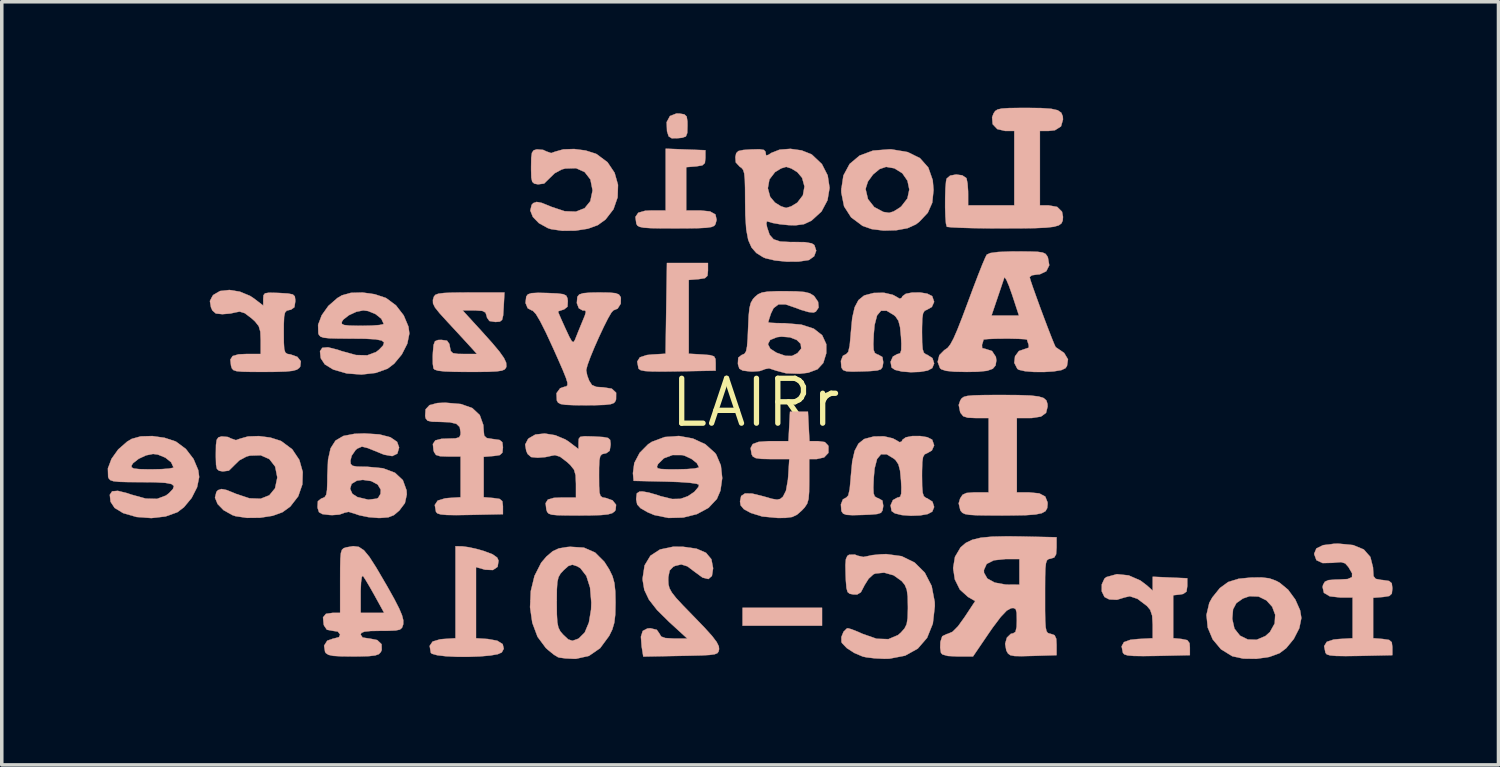
<source format=kicad_pcb>
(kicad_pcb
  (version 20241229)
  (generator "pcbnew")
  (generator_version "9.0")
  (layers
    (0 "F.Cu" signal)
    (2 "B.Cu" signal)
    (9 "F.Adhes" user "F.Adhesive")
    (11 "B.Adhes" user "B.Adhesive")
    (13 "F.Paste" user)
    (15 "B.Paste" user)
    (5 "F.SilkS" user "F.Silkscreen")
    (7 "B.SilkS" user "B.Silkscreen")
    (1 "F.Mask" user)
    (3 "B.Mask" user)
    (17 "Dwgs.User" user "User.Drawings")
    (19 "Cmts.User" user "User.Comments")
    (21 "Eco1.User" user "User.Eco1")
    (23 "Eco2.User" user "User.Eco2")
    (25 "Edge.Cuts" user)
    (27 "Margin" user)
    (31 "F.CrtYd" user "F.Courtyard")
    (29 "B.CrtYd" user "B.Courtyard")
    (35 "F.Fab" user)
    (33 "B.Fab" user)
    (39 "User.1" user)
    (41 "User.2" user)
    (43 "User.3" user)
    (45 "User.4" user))
  (footprint "LAIRr"
    (layer "F.Cu")
    (at 18.337 8.351)
    (property "Reference" "LAIRr" (at 0 0 0) (layer "F.SilkS") (effects (font (size 1.27 1.27) (thickness 0.15))))
    (attr through_hole)
    (fp_poly (pts (xy 1.887 6.314) (xy -0.363 6.314) (xy -0.363 5.806) (xy 1.887 5.806) (xy 1.887 6.314)) (stroke (width 0.01) (type solid)) (fill yes) (layer "B.SilkS"))
    (fp_poly (pts (xy -2.154 -8.187) (xy -2.012 -8.163) (xy -1.945 -8.101) (xy -1.924 -7.959) (xy -1.923 -7.838) (xy -1.929 -7.637) (xy -1.968 -7.538) (xy -2.073 -7.501) (xy -2.189 -7.489) (xy -2.368 -7.486) (xy -2.455 -7.54) (xy -2.501 -7.682) (xy -2.502 -7.684) (xy -2.512 -7.943) (xy -2.419 -8.116) (xy -2.234 -8.188) (xy -2.154 -8.187)) (stroke (width 0.01) (type solid)) (fill yes) (layer "B.SilkS"))
    (fp_poly (pts (xy -1.343 -3.737) (xy -1.357 -3.593) (xy -1.429 -3.526) (xy -1.601 -3.498) (xy -1.615 -3.497) (xy -1.887 -3.475) (xy -1.887 -1.386) (xy -1.506 -1.365) (xy -1.284 -1.347) (xy -1.171 -1.312) (xy -1.13 -1.238) (xy -1.125 -1.125) (xy -1.125 -0.907) (xy -2.197 -0.887) (xy -2.624 -0.881) (xy -2.927 -0.884) (xy -3.126 -0.896) (xy -3.244 -0.919) (xy -3.3 -0.956) (xy -3.31 -0.974) (xy -3.346 -1.163) (xy -3.271 -1.284) (xy -3.074 -1.349) (xy -2.922 -1.364) (xy -2.543 -1.386) (xy -2.524 -2.671) (xy -2.504 -3.955) (xy -1.343 -3.955) (xy -1.343 -3.737)) (stroke (width 0.01) (type solid)) (fill yes) (layer "B.SilkS"))
    (fp_poly (pts (xy -8.291 4.068) (xy -8.11 4.093) (xy -7.859 4.15) (xy -7.693 4.198) (xy -7.442 4.292) (xy -7.31 4.386) (xy -7.272 4.472) (xy -7.299 4.648) (xy -7.432 4.738) (xy -7.65 4.729) (xy -7.68 4.721) (xy -7.91 4.655) (xy -7.91 6.669) (xy -7.573 6.691) (xy -7.309 6.739) (xy -7.155 6.835) (xy -7.124 6.966) (xy -7.18 7.07) (xy -7.291 7.12) (xy -7.507 7.158) (xy -7.795 7.183) (xy -8.123 7.195) (xy -8.456 7.194) (xy -8.761 7.179) (xy -9.007 7.15) (xy -9.158 7.108) (xy -9.189 7.08) (xy -9.222 6.886) (xy -9.139 6.763) (xy -8.929 6.7) (xy -8.835 6.691) (xy -8.491 6.669) (xy -8.491 4.064) (xy -8.291 4.068)) (stroke (width 0.01) (type solid)) (fill yes) (layer "B.SilkS"))
    (fp_poly (pts (xy -1.978 -7.169) (xy -1.415 -7.148) (xy -1.415 -6.931) (xy -1.43 -6.786) (xy -1.502 -6.719) (xy -1.674 -6.691) (xy -1.687 -6.69) (xy -1.959 -6.668) (xy -1.959 -5.443) (xy -1.565 -5.443) (xy -1.284 -5.415) (xy -1.131 -5.329) (xy -1.098 -5.176) (xy -1.131 -5.054) (xy -1.166 -5.007) (xy -1.244 -4.974) (xy -1.386 -4.953) (xy -1.615 -4.941) (xy -1.953 -4.936) (xy -2.253 -4.935) (xy -2.671 -4.936) (xy -2.966 -4.942) (xy -3.162 -4.955) (xy -3.279 -4.979) (xy -3.341 -5.014) (xy -3.37 -5.066) (xy -3.371 -5.07) (xy -3.396 -5.26) (xy -3.316 -5.378) (xy -3.119 -5.434) (xy -2.931 -5.443) (xy -2.54 -5.443) (xy -2.54 -7.191) (xy -1.978 -7.169)) (stroke (width 0.01) (type solid)) (fill yes) (layer "B.SilkS"))
    (fp_poly (pts (xy 10.569 4.89) (xy 10.899 5.034) (xy 11.085 5.174) (xy 11.249 5.323) (xy 11.249 4.928) (xy 11.738 4.95) (xy 12.228 4.971) (xy 12.228 5.189) (xy 12.206 5.348) (xy 12.112 5.415) (xy 12.029 5.43) (xy 11.829 5.452) (xy 11.829 6.667) (xy 12.065 6.69) (xy 12.228 6.723) (xy 12.292 6.808) (xy 12.301 6.931) (xy 12.301 7.148) (xy 11.374 7.169) (xy 10.98 7.174) (xy 10.709 7.17) (xy 10.538 7.155) (xy 10.444 7.125) (xy 10.406 7.082) (xy 10.369 6.898) (xy 10.435 6.779) (xy 10.619 6.713) (xy 10.832 6.691) (xy 11.249 6.669) (xy 11.249 6.286) (xy 11.234 6.03) (xy 11.178 5.865) (xy 11.085 5.755) (xy 10.818 5.553) (xy 10.6 5.48) (xy 10.455 5.513) (xy 10.236 5.58) (xy 10.018 5.57) (xy 9.884 5.501) (xy 9.806 5.34) (xy 9.808 5.144) (xy 9.883 4.981) (xy 9.938 4.937) (xy 10.236 4.855) (xy 10.569 4.89)) (stroke (width 0.01) (type solid)) (fill yes) (layer "B.SilkS"))
    (fp_poly (pts (xy 3.856 -7.172) (xy 4.312 -7.095) (xy 4.659 -6.924) (xy 4.895 -6.659) (xy 5.021 -6.299) (xy 5.044 -6.023) (xy 5.007 -5.662) (xy 4.882 -5.379) (xy 4.646 -5.128) (xy 4.546 -5.049) (xy 4.309 -4.941) (xy 3.987 -4.882) (xy 3.631 -4.873) (xy 3.294 -4.915) (xy 3.036 -5.005) (xy 2.71 -5.248) (xy 2.511 -5.558) (xy 2.433 -5.947) (xy 2.431 -6.023) (xy 2.434 -6.045) (xy 3.121 -6.045) (xy 3.187 -5.764) (xy 3.365 -5.538) (xy 3.622 -5.401) (xy 3.786 -5.375) (xy 3.917 -5.416) (xy 4.089 -5.524) (xy 4.131 -5.558) (xy 4.304 -5.782) (xy 4.358 -6.035) (xy 4.306 -6.284) (xy 4.161 -6.495) (xy 3.935 -6.636) (xy 3.7 -6.677) (xy 3.517 -6.615) (xy 3.331 -6.461) (xy 3.185 -6.26) (xy 3.121 -6.059) (xy 3.121 -6.045) (xy 2.434 -6.045) (xy 2.492 -6.432) (xy 2.668 -6.759) (xy 2.95 -6.996) (xy 3.33 -7.137) (xy 3.799 -7.174) (xy 3.856 -7.172)) (stroke (width 0.01) (type solid)) (fill yes) (layer "B.SilkS"))
    (fp_poly (pts (xy 14.549 4.973) (xy 14.731 5.038) (xy 14.841 5.096) (xy 15.083 5.296) (xy 15.287 5.574) (xy 15.422 5.878) (xy 15.458 6.096) (xy 15.399 6.385) (xy 15.244 6.688) (xy 15.027 6.952) (xy 14.841 7.092) (xy 14.548 7.199) (xy 14.185 7.251) (xy 13.815 7.246) (xy 13.506 7.179) (xy 13.498 7.176) (xy 13.182 6.981) (xy 12.947 6.7) (xy 12.807 6.366) (xy 12.782 6.114) (xy 13.501 6.114) (xy 13.501 6.12) (xy 13.563 6.397) (xy 13.721 6.596) (xy 13.941 6.704) (xy 14.192 6.712) (xy 14.44 6.607) (xy 14.569 6.491) (xy 14.703 6.25) (xy 14.717 6.003) (xy 14.632 5.777) (xy 14.468 5.597) (xy 14.248 5.489) (xy 13.991 5.479) (xy 13.803 5.544) (xy 13.617 5.675) (xy 13.524 5.849) (xy 13.501 6.114) (xy 12.782 6.114) (xy 12.771 6.011) (xy 12.851 5.668) (xy 12.936 5.515) (xy 13.153 5.246) (xy 13.388 5.076) (xy 13.683 4.985) (xy 14.028 4.951) (xy 14.333 4.947) (xy 14.549 4.973)) (stroke (width 0.01) (type solid)) (fill yes) (layer "B.SilkS"))
    (fp_poly (pts (xy 1.509 0.671) (xy 1.531 1.089) (xy 1.777 1.089) (xy 1.966 1.115) (xy 2.059 1.21) (xy 2.069 1.237) (xy 2.067 1.421) (xy 1.946 1.549) (xy 1.733 1.597) (xy 1.524 1.597) (xy 1.524 2.219) (xy 1.521 2.525) (xy 1.505 2.725) (xy 1.466 2.859) (xy 1.395 2.966) (xy 1.312 3.054) (xy 1.177 3.172) (xy 1.042 3.236) (xy 0.853 3.261) (xy 0.641 3.264) (xy 0.194 3.222) (xy -0.127 3.123) (xy -0.326 3.015) (xy -0.417 2.907) (xy -0.435 2.795) (xy -0.403 2.642) (xy -0.294 2.569) (xy -0.092 2.573) (xy 0.22 2.65) (xy 0.226 2.651) (xy 0.468 2.721) (xy 0.613 2.745) (xy 0.703 2.725) (xy 0.78 2.662) (xy 0.867 2.489) (xy 0.921 2.181) (xy 0.93 2.069) (xy 0.96 1.597) (xy 0.449 1.597) (xy 0.174 1.591) (xy 0.011 1.569) (xy -0.073 1.523) (xy -0.106 1.462) (xy -0.135 1.285) (xy -0.075 1.171) (xy 0.09 1.11) (xy 0.377 1.089) (xy 0.44 1.089) (xy 0.936 1.089) (xy 0.958 0.671) (xy 0.98 0.254) (xy 1.488 0.254) (xy 1.509 0.671)) (stroke (width 0.01) (type solid)) (fill yes) (layer "B.SilkS"))
    (fp_poly (pts (xy 7.453 -0.215) (xy 7.789 -0.203) (xy 8.019 -0.176) (xy 8.163 -0.131) (xy 8.24 -0.061) (xy 8.27 0.038) (xy 8.273 0.109) (xy 8.229 0.288) (xy 8.085 0.393) (xy 7.826 0.434) (xy 7.751 0.435) (xy 7.402 0.435) (xy 7.402 2.54) (xy 7.751 2.54) (xy 8.038 2.568) (xy 8.206 2.657) (xy 8.271 2.819) (xy 8.273 2.867) (xy 8.262 2.984) (xy 8.214 3.07) (xy 8.11 3.128) (xy 7.931 3.165) (xy 7.658 3.185) (xy 7.27 3.192) (xy 6.991 3.193) (xy 6.567 3.192) (xy 6.265 3.187) (xy 6.062 3.175) (xy 5.935 3.153) (xy 5.861 3.118) (xy 5.816 3.066) (xy 5.801 3.039) (xy 5.756 2.85) (xy 5.797 2.712) (xy 5.866 2.607) (xy 5.977 2.556) (xy 6.177 2.54) (xy 6.24 2.54) (xy 6.604 2.54) (xy 6.604 0.435) (xy 6.24 0.435) (xy 6.013 0.425) (xy 5.885 0.384) (xy 5.811 0.293) (xy 5.797 0.263) (xy 5.757 0.065) (xy 5.801 -0.063) (xy 5.84 -0.122) (xy 5.899 -0.164) (xy 6 -0.191) (xy 6.168 -0.207) (xy 6.425 -0.215) (xy 6.794 -0.218) (xy 6.991 -0.218) (xy 7.453 -0.215)) (stroke (width 0.01) (type solid)) (fill yes) (layer "B.SilkS"))
    (fp_poly (pts (xy -13.732 0.988) (xy -13.448 1.078) (xy -13.42 1.091) (xy -13.113 1.32) (xy -12.912 1.62) (xy -12.816 1.961) (xy -12.827 2.314) (xy -12.944 2.651) (xy -13.169 2.941) (xy -13.389 3.101) (xy -13.668 3.202) (xy -14.023 3.257) (xy -14.394 3.261) (xy -14.718 3.213) (xy -14.805 3.184) (xy -15.056 3.044) (xy -15.226 2.869) (xy -15.3 2.688) (xy -15.26 2.526) (xy -15.214 2.476) (xy -15.12 2.444) (xy -14.967 2.474) (xy -14.723 2.573) (xy -14.701 2.583) (xy -14.326 2.707) (xy -14.008 2.719) (xy -13.762 2.622) (xy -13.6 2.424) (xy -13.538 2.13) (xy -13.538 2.105) (xy -13.597 1.808) (xy -13.76 1.598) (xy -14.005 1.489) (xy -14.309 1.498) (xy -14.407 1.524) (xy -14.611 1.633) (xy -14.766 1.784) (xy -14.767 1.786) (xy -14.908 1.924) (xy -15.081 1.946) (xy -15.186 1.926) (xy -15.245 1.874) (xy -15.27 1.756) (xy -15.276 1.536) (xy -15.276 1.451) (xy -15.272 1.196) (xy -15.252 1.052) (xy -15.204 0.983) (xy -15.117 0.957) (xy -15.109 0.956) (xy -14.934 0.971) (xy -14.842 1.015) (xy -14.708 1.061) (xy -14.596 1.021) (xy -14.364 0.956) (xy -14.056 0.946) (xy -13.732 0.988)) (stroke (width 0.01) (type solid)) (fill yes) (layer "B.SilkS"))
    (fp_poly (pts (xy -4.806 -7.14) (xy -4.522 -7.05) (xy -4.494 -7.037) (xy -4.187 -6.808) (xy -3.986 -6.508) (xy -3.89 -6.167) (xy -3.901 -5.814) (xy -4.018 -5.477) (xy -4.242 -5.187) (xy -4.463 -5.027) (xy -4.742 -4.926) (xy -5.097 -4.871) (xy -5.468 -4.867) (xy -5.791 -4.915) (xy -5.878 -4.944) (xy -6.13 -5.084) (xy -6.3 -5.259) (xy -6.373 -5.44) (xy -6.334 -5.602) (xy -6.287 -5.652) (xy -6.194 -5.684) (xy -6.041 -5.654) (xy -5.797 -5.555) (xy -5.775 -5.545) (xy -5.4 -5.421) (xy -5.082 -5.409) (xy -4.835 -5.506) (xy -4.674 -5.704) (xy -4.612 -5.998) (xy -4.612 -6.023) (xy -4.671 -6.32) (xy -4.834 -6.53) (xy -5.078 -6.639) (xy -5.383 -6.63) (xy -5.481 -6.604) (xy -5.684 -6.495) (xy -5.839 -6.344) (xy -5.841 -6.342) (xy -5.982 -6.204) (xy -6.155 -6.182) (xy -6.26 -6.202) (xy -6.318 -6.254) (xy -6.344 -6.372) (xy -6.35 -6.592) (xy -6.35 -6.677) (xy -6.346 -6.932) (xy -6.326 -7.076) (xy -6.278 -7.145) (xy -6.191 -7.171) (xy -6.183 -7.172) (xy -6.008 -7.157) (xy -5.915 -7.113) (xy -5.782 -7.067) (xy -5.67 -7.107) (xy -5.438 -7.172) (xy -5.13 -7.182) (xy -4.806 -7.14)) (stroke (width 0.01) (type solid)) (fill yes) (layer "B.SilkS"))
    (fp_poly (pts (xy -2.058 4.078) (xy -1.665 4.134) (xy -1.398 4.25) (xy -1.246 4.432) (xy -1.197 4.688) (xy -1.231 4.905) (xy -1.33 4.993) (xy -1.495 4.952) (xy -1.71 4.795) (xy -1.925 4.633) (xy -2.099 4.579) (xy -2.275 4.621) (xy -2.327 4.647) (xy -2.427 4.75) (xy -2.465 4.939) (xy -2.467 5.021) (xy -2.461 5.144) (xy -2.432 5.255) (xy -2.365 5.376) (xy -2.244 5.53) (xy -2.052 5.737) (xy -1.775 6.022) (xy -1.736 6.062) (xy -1.433 6.376) (xy -1.224 6.608) (xy -1.096 6.777) (xy -1.036 6.897) (xy -1.028 6.977) (xy -1.042 7.044) (xy -1.076 7.091) (xy -1.152 7.122) (xy -1.294 7.142) (xy -1.523 7.155) (xy -1.862 7.163) (xy -2.113 7.168) (xy -3.174 7.188) (xy -3.22 6.902) (xy -3.241 6.627) (xy -3.19 6.463) (xy -3.058 6.393) (xy -2.973 6.386) (xy -2.792 6.43) (xy -2.721 6.531) (xy -2.668 6.62) (xy -2.555 6.663) (xy -2.343 6.676) (xy -2.302 6.677) (xy -1.929 6.677) (xy -2.442 6.208) (xy -2.785 5.869) (xy -3.014 5.575) (xy -3.145 5.3) (xy -3.192 5.02) (xy -3.193 4.975) (xy -3.137 4.607) (xy -2.972 4.333) (xy -2.7 4.156) (xy -2.324 4.077) (xy -2.058 4.078)) (stroke (width 0.01) (type solid)) (fill yes) (layer "B.SilkS"))
    (fp_poly (pts (xy 8.09 -8.341) (xy 8.375 -8.321) (xy 8.558 -8.28) (xy 8.66 -8.21) (xy 8.703 -8.106) (xy 8.709 -8.019) (xy 8.652 -7.822) (xy 8.481 -7.714) (xy 8.295 -7.693) (xy 8.055 -7.693) (xy 8.055 -5.588) (xy 8.295 -5.588) (xy 8.545 -5.543) (xy 8.681 -5.408) (xy 8.709 -5.261) (xy 8.701 -5.158) (xy 8.667 -5.079) (xy 8.589 -5.021) (xy 8.45 -4.981) (xy 8.233 -4.956) (xy 7.921 -4.942) (xy 7.497 -4.936) (xy 7.001 -4.935) (xy 6.543 -4.937) (xy 6.135 -4.943) (xy 5.799 -4.953) (xy 5.557 -4.965) (xy 5.431 -4.978) (xy 5.419 -4.983) (xy 5.395 -5.076) (xy 5.38 -5.272) (xy 5.372 -5.531) (xy 5.373 -5.81) (xy 5.381 -6.069) (xy 5.398 -6.265) (xy 5.414 -6.344) (xy 5.514 -6.429) (xy 5.683 -6.46) (xy 5.857 -6.437) (xy 5.972 -6.36) (xy 5.979 -6.344) (xy 6.007 -6.203) (xy 6.022 -5.987) (xy 6.023 -5.909) (xy 6.023 -5.588) (xy 7.33 -5.588) (xy 7.33 -7.693) (xy 7.074 -7.693) (xy 6.849 -7.746) (xy 6.718 -7.885) (xy 6.702 -8.08) (xy 6.744 -8.191) (xy 6.789 -8.257) (xy 6.858 -8.301) (xy 6.978 -8.328) (xy 7.176 -8.341) (xy 7.479 -8.345) (xy 7.681 -8.346) (xy 8.09 -8.341)) (stroke (width 0.01) (type solid)) (fill yes) (layer "B.SilkS"))
    (fp_poly (pts (xy -8.339 0.038) (xy -8.014 0.153) (xy -7.804 0.35) (xy -7.703 0.632) (xy -7.693 0.79) (xy -7.678 0.934) (xy -7.606 1.001) (xy -7.433 1.029) (xy -7.42 1.03) (xy -7.241 1.056) (xy -7.165 1.12) (xy -7.148 1.259) (xy -7.148 1.27) (xy -7.163 1.414) (xy -7.235 1.482) (xy -7.407 1.509) (xy -7.42 1.51) (xy -7.693 1.533) (xy -7.693 2.676) (xy -7.42 2.699) (xy -7.241 2.725) (xy -7.165 2.789) (xy -7.148 2.928) (xy -7.148 2.939) (xy -7.148 3.157) (xy -8.075 3.177) (xy -8.469 3.183) (xy -8.74 3.179) (xy -8.911 3.163) (xy -9.005 3.133) (xy -9.043 3.091) (xy -9.077 2.896) (xy -8.995 2.772) (xy -8.787 2.709) (xy -8.69 2.699) (xy -8.346 2.677) (xy -8.346 1.524) (xy -8.707 1.524) (xy -8.926 1.516) (xy -9.043 1.48) (xy -9.098 1.397) (xy -9.113 1.347) (xy -9.131 1.171) (xy -9.062 1.068) (xy -8.885 1.023) (xy -8.704 1.016) (xy -8.49 1.01) (xy -8.384 0.979) (xy -8.349 0.905) (xy -8.346 0.839) (xy -8.372 0.689) (xy -8.467 0.598) (xy -8.657 0.554) (xy -8.926 0.544) (xy -9.157 0.538) (xy -9.281 0.51) (xy -9.334 0.446) (xy -9.349 0.377) (xy -9.337 0.188) (xy -9.226 0.069) (xy -9.001 0.01) (xy -8.783 0) (xy -8.339 0.038)) (stroke (width 0.01) (type solid)) (fill yes) (layer "B.SilkS"))
    (fp_poly (pts (xy -4.855 4.104) (xy -4.539 4.242) (xy -4.275 4.506) (xy -4.139 4.72) (xy -4.046 4.912) (xy -3.992 5.106) (xy -3.966 5.349) (xy -3.96 5.661) (xy -3.967 5.994) (xy -3.995 6.231) (xy -4.052 6.423) (xy -4.139 6.601) (xy -4.397 6.951) (xy -4.712 7.168) (xy -5.08 7.251) (xy -5.145 7.251) (xy -5.372 7.24) (xy -5.547 7.217) (xy -5.588 7.206) (xy -5.706 7.134) (xy -5.871 7) (xy -5.935 6.942) (xy -6.168 6.628) (xy -6.316 6.232) (xy -6.38 5.789) (xy -6.373 5.656) (xy -5.624 5.656) (xy -5.621 5.992) (xy -5.608 6.216) (xy -5.578 6.364) (xy -5.525 6.471) (xy -5.448 6.562) (xy -5.299 6.702) (xy -5.18 6.741) (xy -5.036 6.691) (xy -4.997 6.671) (xy -4.831 6.505) (xy -4.714 6.225) (xy -4.652 5.855) (xy -4.645 5.661) (xy -4.681 5.234) (xy -4.786 4.904) (xy -4.954 4.686) (xy -5.043 4.632) (xy -5.181 4.587) (xy -5.293 4.622) (xy -5.428 4.742) (xy -5.518 4.84) (xy -5.575 4.941) (xy -5.607 5.078) (xy -5.621 5.287) (xy -5.624 5.601) (xy -5.624 5.656) (xy -6.373 5.656) (xy -6.359 5.335) (xy -6.254 4.904) (xy -6.065 4.532) (xy -5.917 4.357) (xy -5.74 4.207) (xy -5.566 4.126) (xy -5.329 4.087) (xy -5.244 4.08) (xy -4.855 4.104)) (stroke (width 0.01) (type solid)) (fill yes) (layer "B.SilkS"))
    (fp_poly (pts (xy 16.925 4.032) (xy 17.225 4.156) (xy 17.411 4.367) (xy 17.487 4.667) (xy 17.49 4.744) (xy 17.501 4.912) (xy 17.563 4.988) (xy 17.72 5.018) (xy 17.762 5.021) (xy 17.941 5.048) (xy 18.017 5.112) (xy 18.034 5.251) (xy 18.034 5.261) (xy 18.019 5.406) (xy 17.947 5.473) (xy 17.775 5.501) (xy 17.762 5.502) (xy 17.49 5.524) (xy 17.49 6.668) (xy 17.762 6.69) (xy 17.941 6.717) (xy 18.017 6.781) (xy 18.034 6.92) (xy 18.034 6.931) (xy 18.034 7.148) (xy 17.107 7.169) (xy 16.713 7.174) (xy 16.442 7.17) (xy 16.271 7.155) (xy 16.177 7.125) (xy 16.14 7.082) (xy 16.103 6.893) (xy 16.177 6.771) (xy 16.373 6.706) (xy 16.529 6.691) (xy 16.909 6.669) (xy 16.909 5.515) (xy 16.555 5.515) (xy 16.262 5.482) (xy 16.096 5.383) (xy 16.059 5.22) (xy 16.073 5.156) (xy 16.124 5.068) (xy 16.228 5.023) (xy 16.426 5.008) (xy 16.515 5.007) (xy 16.768 4.993) (xy 16.891 4.939) (xy 16.894 4.831) (xy 16.791 4.654) (xy 16.699 4.55) (xy 16.582 4.514) (xy 16.388 4.529) (xy 16.351 4.534) (xy 16.061 4.541) (xy 15.884 4.459) (xy 15.821 4.287) (xy 15.821 4.275) (xy 15.883 4.127) (xy 16.073 4.034) (xy 16.393 3.993) (xy 16.509 3.991) (xy 16.925 4.032)) (stroke (width 0.01) (type solid)) (fill yes) (layer "B.SilkS"))
    (fp_poly (pts (xy -1.771 1.014) (xy -1.416 1.178) (xy -1.141 1.425) (xy -1.107 1.473) (xy -0.978 1.776) (xy -0.939 2.135) (xy -0.99 2.491) (xy -1.091 2.726) (xy -1.327 2.977) (xy -1.656 3.155) (xy -2.045 3.252) (xy -2.459 3.263) (xy -2.863 3.181) (xy -3.051 3.102) (xy -3.25 2.988) (xy -3.346 2.883) (xy -3.374 2.748) (xy -3.375 2.721) (xy -3.357 2.568) (xy -3.278 2.515) (xy -3.193 2.514) (xy -3.014 2.546) (xy -2.779 2.614) (xy -2.687 2.646) (xy -2.357 2.727) (xy -2.121 2.722) (xy -1.912 2.648) (xy -1.728 2.524) (xy -1.613 2.387) (xy -1.597 2.324) (xy -1.665 2.295) (xy -1.857 2.268) (xy -2.148 2.247) (xy -2.516 2.234) (xy -2.522 2.234) (xy -3.447 2.213) (xy -3.467 1.996) (xy -3.442 1.81) (xy -2.787 1.81) (xy -2.771 1.854) (xy -2.682 1.877) (xy -2.496 1.886) (xy -2.216 1.887) (xy -1.937 1.88) (xy -1.723 1.863) (xy -1.608 1.837) (xy -1.597 1.826) (xy -1.658 1.711) (xy -1.81 1.591) (xy -2.005 1.501) (xy -2.073 1.483) (xy -2.345 1.482) (xy -2.59 1.573) (xy -2.753 1.734) (xy -2.756 1.738) (xy -2.787 1.81) (xy -3.442 1.81) (xy -3.428 1.707) (xy -3.276 1.419) (xy -3.037 1.178) (xy -2.932 1.108) (xy -2.567 0.972) (xy -2.167 0.943) (xy -1.771 1.014)) (stroke (width 0.01) (type solid)) (fill yes) (layer "B.SilkS"))
    (fp_poly (pts (xy -7.127 -2.703) (xy -7.142 -2.469) (xy -7.172 -2.344) (xy -7.235 -2.295) (xy -7.353 -2.286) (xy -7.366 -2.286) (xy -7.53 -2.312) (xy -7.599 -2.409) (xy -7.607 -2.449) (xy -7.641 -2.551) (xy -7.731 -2.599) (xy -7.919 -2.612) (xy -7.959 -2.613) (xy -8.289 -2.613) (xy -7.755 -2.029) (xy -7.456 -1.696) (xy -7.248 -1.448) (xy -7.119 -1.266) (xy -7.057 -1.133) (xy -7.05 -1.03) (xy -7.061 -0.991) (xy -7.098 -0.942) (xy -7.178 -0.908) (xy -7.324 -0.887) (xy -7.561 -0.875) (xy -7.91 -0.871) (xy -8.092 -0.871) (xy -8.508 -0.874) (xy -8.799 -0.885) (xy -8.985 -0.906) (xy -9.084 -0.938) (xy -9.114 -0.971) (xy -9.133 -1.099) (xy -9.135 -1.31) (xy -9.13 -1.424) (xy -9.111 -1.636) (xy -9.071 -1.74) (xy -8.986 -1.775) (xy -8.89 -1.778) (xy -8.731 -1.756) (xy -8.664 -1.662) (xy -8.649 -1.578) (xy -8.625 -1.461) (xy -8.562 -1.402) (xy -8.42 -1.381) (xy -8.255 -1.379) (xy -7.883 -1.379) (xy -8.096 -1.614) (xy -8.25 -1.782) (xy -8.461 -2.011) (xy -8.689 -2.257) (xy -8.727 -2.298) (xy -8.941 -2.533) (xy -9.07 -2.694) (xy -9.127 -2.81) (xy -9.13 -2.911) (xy -9.1 -3.006) (xy -9.061 -3.053) (xy -8.974 -3.086) (xy -8.814 -3.106) (xy -8.559 -3.117) (xy -8.187 -3.12) (xy -8.08 -3.121) (xy -7.105 -3.121) (xy -7.127 -2.703)) (stroke (width 0.01) (type solid)) (fill yes) (layer "B.SilkS"))
    (fp_poly (pts (xy 4.14 4.346) (xy 4.508 4.526) (xy 4.796 4.812) (xy 4.99 5.189) (xy 5.077 5.643) (xy 5.08 5.758) (xy 5.024 6.254) (xy 4.861 6.658) (xy 4.597 6.963) (xy 4.239 7.162) (xy 3.793 7.248) (xy 3.65 7.251) (xy 3.382 7.238) (xy 3.146 7.21) (xy 3.042 7.188) (xy 2.801 7.086) (xy 2.588 6.948) (xy 2.453 6.807) (xy 2.437 6.776) (xy 2.435 6.634) (xy 2.496 6.484) (xy 2.59 6.392) (xy 2.619 6.386) (xy 2.723 6.415) (xy 2.907 6.488) (xy 3.034 6.545) (xy 3.433 6.684) (xy 3.766 6.695) (xy 4.037 6.58) (xy 4.118 6.51) (xy 4.223 6.392) (xy 4.283 6.27) (xy 4.31 6.099) (xy 4.318 5.836) (xy 4.318 5.774) (xy 4.312 5.482) (xy 4.286 5.293) (xy 4.231 5.16) (xy 4.143 5.051) (xy 3.914 4.887) (xy 3.646 4.812) (xy 3.395 4.837) (xy 3.34 4.861) (xy 3.205 4.985) (xy 3.087 5.173) (xy 3.075 5.199) (xy 2.986 5.368) (xy 2.883 5.43) (xy 2.773 5.429) (xy 2.671 5.41) (xy 2.611 5.361) (xy 2.579 5.249) (xy 2.562 5.042) (xy 2.555 4.879) (xy 2.549 4.597) (xy 2.563 4.428) (xy 2.603 4.339) (xy 2.655 4.305) (xy 2.817 4.301) (xy 2.894 4.332) (xy 3.055 4.368) (xy 3.157 4.349) (xy 3.31 4.316) (xy 3.545 4.293) (xy 3.705 4.287) (xy 4.14 4.346)) (stroke (width 0.01) (type solid)) (fill yes) (layer "B.SilkS"))
    (fp_poly (pts (xy -16.728 0.994) (xy -16.419 1.096) (xy -16.398 1.107) (xy -16.126 1.309) (xy -15.908 1.593) (xy -15.774 1.91) (xy -15.748 2.105) (xy -15.807 2.394) (xy -15.961 2.697) (xy -16.179 2.96) (xy -16.365 3.101) (xy -16.7 3.221) (xy -17.104 3.267) (xy -17.52 3.236) (xy -17.892 3.129) (xy -17.904 3.124) (xy -18.142 2.979) (xy -18.254 2.809) (xy -18.258 2.793) (xy -18.278 2.607) (xy -18.213 2.51) (xy -18.051 2.496) (xy -17.781 2.564) (xy -17.664 2.604) (xy -17.26 2.715) (xy -16.94 2.723) (xy -16.688 2.628) (xy -16.605 2.564) (xy -16.492 2.446) (xy -16.463 2.361) (xy -16.53 2.304) (xy -16.706 2.27) (xy -17.004 2.253) (xy -17.376 2.25) (xy -17.753 2.248) (xy -18.009 2.241) (xy -18.171 2.224) (xy -18.262 2.194) (xy -18.307 2.146) (xy -18.325 2.103) (xy -18.332 1.861) (xy -18.32 1.83) (xy -17.662 1.83) (xy -17.598 1.864) (xy -17.445 1.881) (xy -17.178 1.887) (xy -17.088 1.887) (xy -16.81 1.881) (xy -16.598 1.865) (xy -16.485 1.842) (xy -16.475 1.832) (xy -16.542 1.687) (xy -16.705 1.556) (xy -16.917 1.469) (xy -17.053 1.451) (xy -17.253 1.491) (xy -17.462 1.589) (xy -17.619 1.712) (xy -17.66 1.775) (xy -17.662 1.83) (xy -18.32 1.83) (xy -18.23 1.59) (xy -18.041 1.325) (xy -17.787 1.102) (xy -17.658 1.025) (xy -17.403 0.954) (xy -17.074 0.945) (xy -16.728 0.994)) (stroke (width 0.01) (type solid)) (fill yes) (layer "B.SilkS"))
    (fp_poly (pts (xy -10.777 -3.07) (xy -10.469 -2.968) (xy -10.448 -2.957) (xy -10.176 -2.755) (xy -9.957 -2.471) (xy -9.823 -2.154) (xy -9.797 -1.959) (xy -9.856 -1.67) (xy -10.01 -1.367) (xy -10.228 -1.104) (xy -10.414 -0.963) (xy -10.749 -0.843) (xy -11.153 -0.797) (xy -11.569 -0.828) (xy -11.941 -0.935) (xy -11.954 -0.94) (xy -12.191 -1.085) (xy -12.303 -1.255) (xy -12.307 -1.271) (xy -12.327 -1.457) (xy -12.262 -1.554) (xy -12.1 -1.568) (xy -11.83 -1.5) (xy -11.714 -1.46) (xy -11.309 -1.349) (xy -10.989 -1.341) (xy -10.737 -1.436) (xy -10.655 -1.5) (xy -10.542 -1.618) (xy -10.512 -1.703) (xy -10.58 -1.76) (xy -10.755 -1.794) (xy -11.053 -1.811) (xy -11.425 -1.814) (xy -11.802 -1.816) (xy -12.059 -1.823) (xy -12.22 -1.84) (xy -12.311 -1.87) (xy -12.356 -1.918) (xy -12.374 -1.961) (xy -12.381 -2.203) (xy -12.369 -2.234) (xy -11.711 -2.234) (xy -11.647 -2.2) (xy -11.494 -2.183) (xy -11.227 -2.177) (xy -11.137 -2.177) (xy -10.859 -2.183) (xy -10.647 -2.199) (xy -10.534 -2.222) (xy -10.524 -2.232) (xy -10.591 -2.377) (xy -10.754 -2.508) (xy -10.966 -2.595) (xy -11.102 -2.613) (xy -11.303 -2.573) (xy -11.511 -2.475) (xy -11.668 -2.352) (xy -11.709 -2.289) (xy -11.711 -2.234) (xy -12.369 -2.234) (xy -12.279 -2.474) (xy -12.091 -2.739) (xy -11.836 -2.962) (xy -11.707 -3.039) (xy -11.452 -3.11) (xy -11.123 -3.119) (xy -10.777 -3.07)) (stroke (width 0.01) (type solid)) (fill yes) (layer "B.SilkS"))
    (fp_poly (pts (xy -14.595 -3.143) (xy -14.306 -3.023) (xy -14.193 -2.948) (xy -13.934 -2.75) (xy -13.934 -2.939) (xy -13.927 -3.041) (xy -13.884 -3.096) (xy -13.771 -3.114) (xy -13.556 -3.109) (xy -13.48 -3.106) (xy -13.233 -3.091) (xy -13.097 -3.065) (xy -13.04 -3.011) (xy -13.027 -2.909) (xy -13.027 -2.867) (xy -13.052 -2.702) (xy -13.149 -2.633) (xy -13.19 -2.626) (xy -13.27 -2.605) (xy -13.318 -2.551) (xy -13.343 -2.434) (xy -13.352 -2.224) (xy -13.353 -1.995) (xy -13.351 -1.699) (xy -13.34 -1.518) (xy -13.31 -1.422) (xy -13.252 -1.381) (xy -13.161 -1.366) (xy -12.969 -1.298) (xy -12.87 -1.173) (xy -12.886 -1.025) (xy -12.913 -0.986) (xy -12.98 -0.936) (xy -13.101 -0.902) (xy -13.299 -0.882) (xy -13.599 -0.873) (xy -13.905 -0.871) (xy -14.279 -0.872) (xy -14.532 -0.878) (xy -14.69 -0.893) (xy -14.779 -0.923) (xy -14.822 -0.972) (xy -14.845 -1.044) (xy -14.846 -1.048) (xy -14.865 -1.22) (xy -14.801 -1.321) (xy -14.633 -1.369) (xy -14.401 -1.379) (xy -14.006 -1.379) (xy -14.006 -1.77) (xy -14.016 -2.01) (xy -14.062 -2.167) (xy -14.169 -2.302) (xy -14.266 -2.39) (xy -14.456 -2.534) (xy -14.6 -2.579) (xy -14.684 -2.564) (xy -14.868 -2.524) (xy -15.091 -2.506) (xy -15.092 -2.506) (xy -15.276 -2.525) (xy -15.374 -2.611) (xy -15.414 -2.701) (xy -15.444 -2.878) (xy -15.368 -3.026) (xy -15.344 -3.053) (xy -15.156 -3.162) (xy -14.892 -3.191) (xy -14.595 -3.143)) (stroke (width 0.01) (type solid)) (fill yes) (layer "B.SilkS"))
    (fp_poly (pts (xy -5.668 0.921) (xy -5.38 1.041) (xy -5.267 1.116) (xy -5.007 1.314) (xy -5.007 1.125) (xy -5.001 1.023) (xy -4.958 0.968) (xy -4.845 0.95) (xy -4.63 0.955) (xy -4.554 0.958) (xy -4.307 0.973) (xy -4.171 0.999) (xy -4.113 1.053) (xy -4.1 1.155) (xy -4.1 1.197) (xy -4.126 1.362) (xy -4.223 1.431) (xy -4.264 1.438) (xy -4.343 1.459) (xy -4.392 1.513) (xy -4.417 1.63) (xy -4.426 1.84) (xy -4.427 2.069) (xy -4.425 2.365) (xy -4.414 2.546) (xy -4.384 2.642) (xy -4.326 2.683) (xy -4.235 2.698) (xy -4.043 2.766) (xy -3.944 2.891) (xy -3.959 3.039) (xy -3.986 3.078) (xy -4.054 3.128) (xy -4.174 3.162) (xy -4.372 3.182) (xy -4.673 3.191) (xy -4.979 3.193) (xy -5.352 3.192) (xy -5.606 3.186) (xy -5.764 3.171) (xy -5.852 3.141) (xy -5.896 3.092) (xy -5.919 3.02) (xy -5.92 3.016) (xy -5.939 2.844) (xy -5.875 2.743) (xy -5.707 2.695) (xy -5.475 2.685) (xy -5.08 2.685) (xy -5.08 2.294) (xy -5.09 2.054) (xy -5.135 1.897) (xy -5.243 1.762) (xy -5.34 1.674) (xy -5.53 1.53) (xy -5.674 1.485) (xy -5.757 1.5) (xy -5.941 1.54) (xy -6.164 1.558) (xy -6.166 1.558) (xy -6.35 1.539) (xy -6.448 1.453) (xy -6.488 1.363) (xy -6.518 1.186) (xy -6.442 1.038) (xy -6.418 1.011) (xy -6.23 0.902) (xy -5.966 0.873) (xy -5.668 0.921)) (stroke (width 0.01) (type solid)) (fill yes) (layer "B.SilkS"))
    (fp_poly (pts (xy -10.644 0.898) (xy -10.334 0.979) (xy -10.145 1.108) (xy -10.087 1.269) (xy -10.138 1.443) (xy -10.282 1.512) (xy -10.511 1.472) (xy -10.552 1.456) (xy -10.779 1.364) (xy -10.973 1.285) (xy -11.139 1.243) (xy -11.272 1.3) (xy -11.318 1.339) (xy -11.43 1.501) (xy -11.466 1.644) (xy -11.457 1.735) (xy -11.406 1.786) (xy -11.281 1.809) (xy -11.05 1.814) (xy -10.991 1.814) (xy -10.542 1.857) (xy -10.204 1.984) (xy -9.981 2.193) (xy -9.877 2.48) (xy -9.87 2.598) (xy -9.923 2.843) (xy -10.082 3.054) (xy -10.234 3.183) (xy -10.391 3.245) (xy -10.616 3.263) (xy -10.681 3.263) (xy -10.957 3.24) (xy -11.218 3.186) (xy -11.313 3.153) (xy -11.516 3.09) (xy -11.642 3.117) (xy -11.652 3.124) (xy -11.779 3.168) (xy -11.983 3.183) (xy -12.06 3.179) (xy -12.258 3.155) (xy -12.355 3.101) (xy -12.392 2.989) (xy -12.397 2.952) (xy -12.387 2.79) (xy -12.292 2.714) (xy -12.27 2.708) (xy -12.196 2.675) (xy -12.151 2.606) (xy -12.128 2.469) (xy -12.127 2.437) (xy -11.475 2.437) (xy -11.41 2.581) (xy -11.267 2.673) (xy -10.958 2.746) (xy -10.723 2.717) (xy -10.68 2.694) (xy -10.613 2.581) (xy -10.607 2.462) (xy -10.694 2.317) (xy -10.878 2.219) (xy -11.115 2.185) (xy -11.28 2.206) (xy -11.432 2.297) (xy -11.475 2.437) (xy -12.127 2.437) (xy -12.12 2.234) (xy -12.119 2.063) (xy -12.099 1.616) (xy -12.027 1.292) (xy -11.888 1.073) (xy -11.666 0.942) (xy -11.347 0.881) (xy -11.068 0.871) (xy -10.644 0.898)) (stroke (width 0.01) (type solid)) (fill yes) (layer "B.SilkS"))
    (fp_poly (pts (xy -11.228 4.083) (xy -11.084 4.178) (xy -10.93 4.364) (xy -10.742 4.657) (xy -10.685 4.753) (xy -10.418 5.21) (xy -10.222 5.561) (xy -10.087 5.825) (xy -10.005 6.019) (xy -9.969 6.16) (xy -9.97 6.267) (xy -9.974 6.286) (xy -10.005 6.372) (xy -10.065 6.424) (xy -10.186 6.449) (xy -10.401 6.458) (xy -10.597 6.459) (xy -10.894 6.464) (xy -11.073 6.483) (xy -11.158 6.52) (xy -11.176 6.568) (xy -11.12 6.649) (xy -10.943 6.676) (xy -10.925 6.677) (xy -10.706 6.721) (xy -10.584 6.838) (xy -10.58 7.003) (xy -10.605 7.059) (xy -10.659 7.118) (xy -10.762 7.155) (xy -10.94 7.176) (xy -11.222 7.184) (xy -11.395 7.185) (xy -11.732 7.181) (xy -11.953 7.168) (xy -12.086 7.139) (xy -12.159 7.092) (xy -12.183 7.056) (xy -12.211 6.88) (xy -12.123 6.739) (xy -11.948 6.677) (xy -11.934 6.677) (xy -11.791 6.638) (xy -11.757 6.568) (xy -11.821 6.481) (xy -11.966 6.459) (xy -12.132 6.428) (xy -12.213 6.309) (xy -12.223 6.274) (xy -12.241 6.078) (xy -12.158 5.978) (xy -11.97 5.951) (xy -11.757 5.951) (xy -11.757 5.392) (xy -11.176 5.392) (xy -11.176 5.951) (xy -10.51 5.951) (xy -10.78 5.461) (xy -10.918 5.217) (xy -11.034 5.021) (xy -11.107 4.91) (xy -11.113 4.902) (xy -11.144 4.934) (xy -11.165 5.085) (xy -11.176 5.331) (xy -11.176 5.392) (xy -11.757 5.392) (xy -11.757 5.045) (xy -11.756 4.669) (xy -11.75 4.414) (xy -11.735 4.254) (xy -11.705 4.164) (xy -11.657 4.12) (xy -11.586 4.097) (xy -11.583 4.096) (xy -11.386 4.062) (xy -11.228 4.083)) (stroke (width 0.01) (type solid)) (fill yes) (layer "B.SilkS"))
    (fp_poly (pts (xy 1.165 -3.152) (xy 1.389 -3.134) (xy 1.537 -3.098) (xy 1.641 -3.036) (xy 1.665 -3.016) (xy 1.775 -2.856) (xy 1.79 -2.694) (xy 1.711 -2.578) (xy 1.645 -2.552) (xy 1.506 -2.566) (xy 1.294 -2.627) (xy 1.151 -2.682) (xy 0.858 -2.782) (xy 0.653 -2.782) (xy 0.515 -2.677) (xy 0.441 -2.526) (xy 0.388 -2.365) (xy 0.363 -2.277) (xy 0.363 -2.275) (xy 0.429 -2.262) (xy 0.602 -2.253) (xy 0.837 -2.25) (xy 1.3 -2.21) (xy 1.653 -2.096) (xy 1.891 -1.909) (xy 2.007 -1.657) (xy 2.007 -1.4) (xy 1.922 -1.124) (xy 1.758 -0.946) (xy 1.494 -0.848) (xy 1.255 -0.82) (xy 0.872 -0.832) (xy 0.589 -0.907) (xy 0.387 -0.973) (xy 0.261 -0.949) (xy 0.249 -0.94) (xy 0.123 -0.896) (xy -0.081 -0.881) (xy -0.158 -0.885) (xy -0.357 -0.909) (xy -0.453 -0.963) (xy -0.49 -1.075) (xy -0.495 -1.112) (xy -0.485 -1.275) (xy -0.389 -1.351) (xy -0.375 -1.355) (xy -0.308 -1.386) (xy -0.264 -1.456) (xy -0.236 -1.593) (xy -0.231 -1.659) (xy 0.355 -1.659) (xy 0.422 -1.527) (xy 0.599 -1.414) (xy 0.852 -1.326) (xy 1.037 -1.324) (xy 1.191 -1.402) (xy 1.298 -1.534) (xy 1.282 -1.666) (xy 1.169 -1.777) (xy 0.979 -1.851) (xy 0.737 -1.87) (xy 0.613 -1.855) (xy 0.419 -1.777) (xy 0.355 -1.659) (xy -0.231 -1.659) (xy -0.218 -1.825) (xy -0.206 -2.109) (xy -0.191 -2.449) (xy -0.168 -2.676) (xy -0.13 -2.826) (xy -0.071 -2.93) (xy -0.016 -2.992) (xy 0.077 -3.07) (xy 0.188 -3.119) (xy 0.351 -3.145) (xy 0.601 -3.156) (xy 0.829 -3.157) (xy 1.165 -3.152)) (stroke (width 0.01) (type solid)) (fill yes) (layer "B.SilkS"))
    (fp_poly (pts (xy 4.866 -3.087) (xy 5 -3.02) (xy 5.007 -3.013) (xy 5.061 -2.855) (xy 4.996 -2.71) (xy 4.862 -2.634) (xy 4.79 -2.601) (xy 4.747 -2.527) (xy 4.725 -2.383) (xy 4.718 -2.138) (xy 4.717 -1.996) (xy 4.721 -1.698) (xy 4.736 -1.515) (xy 4.769 -1.415) (xy 4.828 -1.369) (xy 4.862 -1.358) (xy 5.013 -1.262) (xy 5.061 -1.111) (xy 5.007 -0.979) (xy 4.877 -0.91) (xy 4.66 -0.872) (xy 4.401 -0.863) (xy 4.149 -0.882) (xy 3.95 -0.93) (xy 3.856 -0.996) (xy 3.828 -1.158) (xy 3.893 -1.306) (xy 4.022 -1.378) (xy 4.039 -1.379) (xy 4.1 -1.401) (xy 4.129 -1.488) (xy 4.133 -1.668) (xy 4.123 -1.86) (xy 4.096 -2.141) (xy 4.049 -2.319) (xy 3.97 -2.437) (xy 3.925 -2.477) (xy 3.716 -2.604) (xy 3.556 -2.603) (xy 3.444 -2.469) (xy 3.375 -2.201) (xy 3.351 -1.937) (xy 3.34 -1.661) (xy 3.347 -1.496) (xy 3.38 -1.409) (xy 3.446 -1.369) (xy 3.481 -1.358) (xy 3.596 -1.293) (xy 3.619 -1.152) (xy 3.616 -1.112) (xy 3.598 -1.009) (xy 3.554 -0.946) (xy 3.451 -0.912) (xy 3.258 -0.895) (xy 3.036 -0.886) (xy 2.75 -0.879) (xy 2.577 -0.889) (xy 2.485 -0.923) (xy 2.441 -0.986) (xy 2.435 -1.003) (xy 2.421 -1.182) (xy 2.477 -1.326) (xy 2.575 -1.379) (xy 2.629 -1.437) (xy 2.67 -1.617) (xy 2.699 -1.931) (xy 2.702 -1.978) (xy 2.742 -2.401) (xy 2.811 -2.702) (xy 2.918 -2.904) (xy 3.07 -3.028) (xy 3.096 -3.04) (xy 3.352 -3.107) (xy 3.64 -3.112) (xy 3.89 -3.054) (xy 3.968 -3.013) (xy 4.086 -2.944) (xy 4.143 -2.968) (xy 4.163 -3.013) (xy 4.259 -3.083) (xy 4.442 -3.119) (xy 4.662 -3.12) (xy 4.866 -3.087)) (stroke (width 0.01) (type solid)) (fill yes) (layer "B.SilkS"))
    (fp_poly (pts (xy 4.866 0.977) (xy 5 1.044) (xy 5.007 1.051) (xy 5.061 1.209) (xy 4.996 1.354) (xy 4.862 1.43) (xy 4.79 1.463) (xy 4.747 1.537) (xy 4.725 1.681) (xy 4.718 1.926) (xy 4.717 2.068) (xy 4.721 2.366) (xy 4.736 2.549) (xy 4.769 2.649) (xy 4.828 2.695) (xy 4.862 2.706) (xy 5.013 2.802) (xy 5.061 2.953) (xy 5.007 3.085) (xy 4.877 3.154) (xy 4.66 3.192) (xy 4.401 3.201) (xy 4.149 3.182) (xy 3.95 3.134) (xy 3.856 3.068) (xy 3.828 2.906) (xy 3.893 2.758) (xy 4.022 2.686) (xy 4.039 2.685) (xy 4.1 2.663) (xy 4.129 2.576) (xy 4.133 2.396) (xy 4.123 2.204) (xy 4.096 1.923) (xy 4.049 1.745) (xy 3.97 1.627) (xy 3.925 1.587) (xy 3.716 1.46) (xy 3.556 1.461) (xy 3.444 1.595) (xy 3.375 1.863) (xy 3.351 2.127) (xy 3.34 2.403) (xy 3.347 2.568) (xy 3.38 2.655) (xy 3.446 2.695) (xy 3.481 2.706) (xy 3.596 2.771) (xy 3.619 2.912) (xy 3.616 2.952) (xy 3.598 3.055) (xy 3.554 3.118) (xy 3.451 3.152) (xy 3.258 3.169) (xy 3.036 3.178) (xy 2.75 3.185) (xy 2.577 3.175) (xy 2.485 3.141) (xy 2.441 3.078) (xy 2.435 3.061) (xy 2.421 2.882) (xy 2.477 2.738) (xy 2.575 2.685) (xy 2.629 2.627) (xy 2.67 2.447) (xy 2.699 2.133) (xy 2.702 2.086) (xy 2.742 1.663) (xy 2.811 1.362) (xy 2.918 1.16) (xy 3.07 1.036) (xy 3.096 1.024) (xy 3.352 0.957) (xy 3.64 0.952) (xy 3.89 1.01) (xy 3.968 1.051) (xy 4.086 1.12) (xy 4.143 1.096) (xy 4.163 1.051) (xy 4.259 0.981) (xy 4.442 0.945) (xy 4.662 0.944) (xy 4.866 0.977)) (stroke (width 0.01) (type solid)) (fill yes) (layer "B.SilkS"))
    (fp_poly (pts (xy 1.308 -7.143) (xy 1.579 -7.036) (xy 1.604 -7.02) (xy 1.882 -6.757) (xy 2.047 -6.434) (xy 2.1 -6.082) (xy 2.041 -5.731) (xy 1.871 -5.412) (xy 1.59 -5.156) (xy 1.579 -5.149) (xy 1.375 -5.054) (xy 1.137 -5.022) (xy 0.943 -5.027) (xy 0.695 -5.052) (xy 0.491 -5.088) (xy 0.414 -5.112) (xy 0.326 -5.135) (xy 0.311 -5.07) (xy 0.332 -4.962) (xy 0.403 -4.753) (xy 0.515 -4.626) (xy 0.701 -4.563) (xy 0.991 -4.548) (xy 1.086 -4.549) (xy 1.402 -4.545) (xy 1.595 -4.511) (xy 1.67 -4.462) (xy 1.722 -4.304) (xy 1.663 -4.145) (xy 1.516 -4.04) (xy 1.503 -4.037) (xy 1.224 -3.995) (xy 0.887 -3.993) (xy 0.553 -4.027) (xy 0.283 -4.091) (xy 0.218 -4.119) (xy 0.028 -4.238) (xy -0.109 -4.394) (xy -0.203 -4.608) (xy -0.259 -4.905) (xy -0.285 -5.306) (xy -0.29 -5.676) (xy -0.292 -6.059) (xy -0.292 -6.071) (xy 0.352 -6.071) (xy 0.419 -5.826) (xy 0.554 -5.666) (xy 0.723 -5.561) (xy 0.868 -5.515) (xy 0.871 -5.515) (xy 1.013 -5.558) (xy 1.183 -5.662) (xy 1.188 -5.666) (xy 1.345 -5.871) (xy 1.39 -6.121) (xy 1.323 -6.366) (xy 1.188 -6.526) (xy 1.018 -6.631) (xy 0.874 -6.677) (xy 0.871 -6.677) (xy 0.729 -6.634) (xy 0.559 -6.53) (xy 0.554 -6.526) (xy 0.397 -6.321) (xy 0.352 -6.071) (xy -0.292 -6.071) (xy -0.299 -6.322) (xy -0.316 -6.491) (xy -0.347 -6.592) (xy -0.394 -6.65) (xy -0.44 -6.679) (xy -0.555 -6.802) (xy -0.567 -6.954) (xy -0.543 -7.064) (xy -0.481 -7.125) (xy -0.343 -7.155) (xy -0.127 -7.17) (xy 0.113 -7.176) (xy 0.241 -7.156) (xy 0.288 -7.103) (xy 0.29 -7.075) (xy 0.303 -7) (xy 0.367 -7.016) (xy 0.452 -7.072) (xy 0.687 -7.164) (xy 0.992 -7.187) (xy 1.308 -7.143)) (stroke (width 0.01) (type solid)) (fill yes) (layer "B.SilkS"))
    (fp_poly (pts (xy 7.511 3.788) (xy 8.527 3.81) (xy 8.527 4.1) (xy 8.514 4.292) (xy 8.461 4.383) (xy 8.364 4.414) (xy 8.3 4.428) (xy 8.255 4.463) (xy 8.227 4.544) (xy 8.21 4.691) (xy 8.203 4.927) (xy 8.201 5.276) (xy 8.201 5.479) (xy 8.201 5.887) (xy 8.206 6.172) (xy 8.218 6.357) (xy 8.241 6.465) (xy 8.277 6.518) (xy 8.332 6.539) (xy 8.364 6.545) (xy 8.471 6.583) (xy 8.518 6.684) (xy 8.527 6.858) (xy 8.527 7.148) (xy 7.856 7.169) (xy 7.54 7.177) (xy 7.338 7.173) (xy 7.219 7.15) (xy 7.153 7.102) (xy 7.108 7.023) (xy 7.104 7.015) (xy 7.071 6.827) (xy 7.121 6.652) (xy 7.232 6.544) (xy 7.296 6.531) (xy 7.363 6.49) (xy 7.396 6.35) (xy 7.402 6.164) (xy 7.397 5.947) (xy 7.369 5.842) (xy 7.304 5.813) (xy 7.239 5.819) (xy 7.117 5.886) (xy 6.947 6.065) (xy 6.722 6.363) (xy 6.618 6.513) (xy 6.161 7.185) (xy 5.727 7.185) (xy 5.449 7.171) (xy 5.296 7.128) (xy 5.254 7.082) (xy 5.232 6.936) (xy 5.238 6.773) (xy 5.29 6.613) (xy 5.421 6.549) (xy 5.443 6.546) (xy 5.58 6.487) (xy 5.737 6.33) (xy 5.924 6.07) (xy 6.223 5.617) (xy 6.02 5.5) (xy 5.789 5.291) (xy 5.647 5.004) (xy 5.607 4.737) (xy 6.47 4.737) (xy 6.473 4.815) (xy 6.566 4.978) (xy 6.774 5.093) (xy 7.073 5.148) (xy 7.166 5.152) (xy 7.475 5.153) (xy 7.475 4.427) (xy 7.081 4.427) (xy 6.752 4.462) (xy 6.548 4.565) (xy 6.47 4.737) (xy 5.607 4.737) (xy 5.599 4.681) (xy 5.651 4.365) (xy 5.809 4.097) (xy 5.811 4.095) (xy 5.956 3.971) (xy 6.139 3.882) (xy 6.383 3.823) (xy 6.709 3.792) (xy 7.142 3.783) (xy 7.511 3.788)) (stroke (width 0.01) (type solid)) (fill yes) (layer "B.SilkS"))
    (fp_poly (pts (xy -4.135 -3.117) (xy -3.959 -3.1) (xy -3.864 -3.063) (xy -3.818 -2.997) (xy -3.809 -2.972) (xy -3.812 -2.804) (xy -3.899 -2.664) (xy -4.021 -2.613) (xy -4.078 -2.55) (xy -4.174 -2.384) (xy -4.295 -2.144) (xy -4.427 -1.862) (xy -4.557 -1.569) (xy -4.67 -1.295) (xy -4.752 -1.072) (xy -4.789 -0.93) (xy -4.79 -0.916) (xy -4.761 -0.769) (xy -4.705 -0.62) (xy -4.627 -0.5) (xy -4.503 -0.447) (xy -4.311 -0.435) (xy -4.066 -0.397) (xy -3.943 -0.283) (xy -3.945 -0.095) (xy -3.961 -0.047) (xy -4.003 0.007) (xy -4.096 0.042) (xy -4.265 0.062) (xy -4.536 0.071) (xy -4.793 0.073) (xy -5.142 0.07) (xy -5.374 0.06) (xy -5.513 0.038) (xy -5.586 -0.001) (xy -5.62 -0.06) (xy -5.621 -0.062) (xy -5.631 -0.268) (xy -5.528 -0.409) (xy -5.411 -0.449) (xy -5.352 -0.463) (xy -5.321 -0.497) (xy -5.323 -0.572) (xy -5.365 -0.706) (xy -5.451 -0.92) (xy -5.587 -1.231) (xy -5.725 -1.54) (xy -5.931 -1.986) (xy -6.092 -2.305) (xy -6.212 -2.507) (xy -6.299 -2.601) (xy -6.327 -2.611) (xy -6.446 -2.674) (xy -6.508 -2.823) (xy -6.488 -3.003) (xy -6.488 -3.004) (xy -6.441 -3.067) (xy -6.34 -3.101) (xy -6.154 -3.111) (xy -5.888 -3.105) (xy -5.608 -3.093) (xy -5.441 -3.072) (xy -5.357 -3.032) (xy -5.322 -2.96) (xy -5.311 -2.879) (xy -5.32 -2.717) (xy -5.415 -2.642) (xy -5.438 -2.635) (xy -5.557 -2.596) (xy -5.588 -2.578) (xy -5.56 -2.508) (xy -5.487 -2.341) (xy -5.384 -2.113) (xy -5.376 -2.096) (xy -5.265 -1.859) (xy -5.195 -1.737) (xy -5.15 -1.715) (xy -5.111 -1.774) (xy -5.095 -1.814) (xy -5.02 -2.002) (xy -4.926 -2.232) (xy -4.907 -2.277) (xy -4.826 -2.475) (xy -4.799 -2.575) (xy -4.824 -2.609) (xy -4.894 -2.613) (xy -4.999 -2.674) (xy -5.055 -2.82) (xy -5.041 -2.991) (xy -5.038 -3.001) (xy -4.986 -3.064) (xy -4.872 -3.1) (xy -4.664 -3.117) (xy -4.424 -3.121) (xy -4.135 -3.117)) (stroke (width 0.01) (type solid)) (fill yes) (layer "B.SilkS"))
    (fp_poly (pts (xy 7.761 -4.28) (xy 7.992 -4.272) (xy 8.134 -4.251) (xy 8.215 -4.213) (xy 8.262 -4.15) (xy 8.282 -4.109) (xy 8.32 -3.891) (xy 8.236 -3.722) (xy 8.051 -3.634) (xy 7.98 -3.629) (xy 7.829 -3.607) (xy 7.765 -3.557) (xy 7.765 -3.557) (xy 7.789 -3.468) (xy 7.853 -3.278) (xy 7.947 -3.015) (xy 8.058 -2.708) (xy 8.177 -2.389) (xy 8.292 -2.086) (xy 8.392 -1.829) (xy 8.466 -1.648) (xy 8.502 -1.573) (xy 8.503 -1.572) (xy 8.741 -1.409) (xy 8.85 -1.227) (xy 8.822 -1.041) (xy 8.778 -0.976) (xy 8.662 -0.922) (xy 8.445 -0.886) (xy 8.173 -0.869) (xy 7.889 -0.87) (xy 7.637 -0.891) (xy 7.461 -0.931) (xy 7.417 -0.958) (xy 7.33 -1.129) (xy 7.351 -1.314) (xy 7.46 -1.462) (xy 7.639 -1.524) (xy 7.642 -1.524) (xy 7.742 -1.559) (xy 7.737 -1.639) (xy 7.698 -1.754) (xy 7.693 -1.784) (xy 7.626 -1.798) (xy 7.447 -1.808) (xy 7.189 -1.814) (xy 7.076 -1.814) (xy 6.797 -1.811) (xy 6.584 -1.802) (xy 6.469 -1.79) (xy 6.459 -1.784) (xy 6.436 -1.699) (xy 6.415 -1.639) (xy 6.421 -1.545) (xy 6.509 -1.524) (xy 6.7 -1.462) (xy 6.809 -1.297) (xy 6.822 -1.197) (xy 6.8 -1.055) (xy 6.72 -0.96) (xy 6.559 -0.903) (xy 6.295 -0.876) (xy 5.982 -0.871) (xy 5.629 -0.878) (xy 5.397 -0.902) (xy 5.265 -0.945) (xy 5.228 -0.976) (xy 5.161 -1.155) (xy 5.208 -1.346) (xy 5.352 -1.491) (xy 5.371 -1.501) (xy 5.446 -1.555) (xy 5.523 -1.656) (xy 5.612 -1.822) (xy 5.721 -2.073) (xy 5.86 -2.427) (xy 5.875 -2.467) (xy 6.685 -2.467) (xy 7.462 -2.467) (xy 7.27 -3.052) (xy 7.181 -3.303) (xy 7.107 -3.477) (xy 7.058 -3.549) (xy 7.048 -3.542) (xy 7.01 -3.429) (xy 6.941 -3.223) (xy 6.854 -2.966) (xy 6.851 -2.957) (xy 6.685 -2.467) (xy 5.875 -2.467) (xy 6.016 -2.844) (xy 6.167 -3.249) (xy 6.305 -3.61) (xy 6.421 -3.903) (xy 6.507 -4.105) (xy 6.55 -4.191) (xy 6.652 -4.237) (xy 6.875 -4.267) (xy 7.23 -4.281) (xy 7.413 -4.282) (xy 7.761 -4.28)) (stroke (width 0.01) (type solid)) (fill yes) (layer "B.SilkS")))
  (gr_rect
    (start -3 -3)
    (end 39.376 18.607)
    (stroke (width 0.1) (type default))
    (fill no)
    (layer "Edge.Cuts")))
</source>
